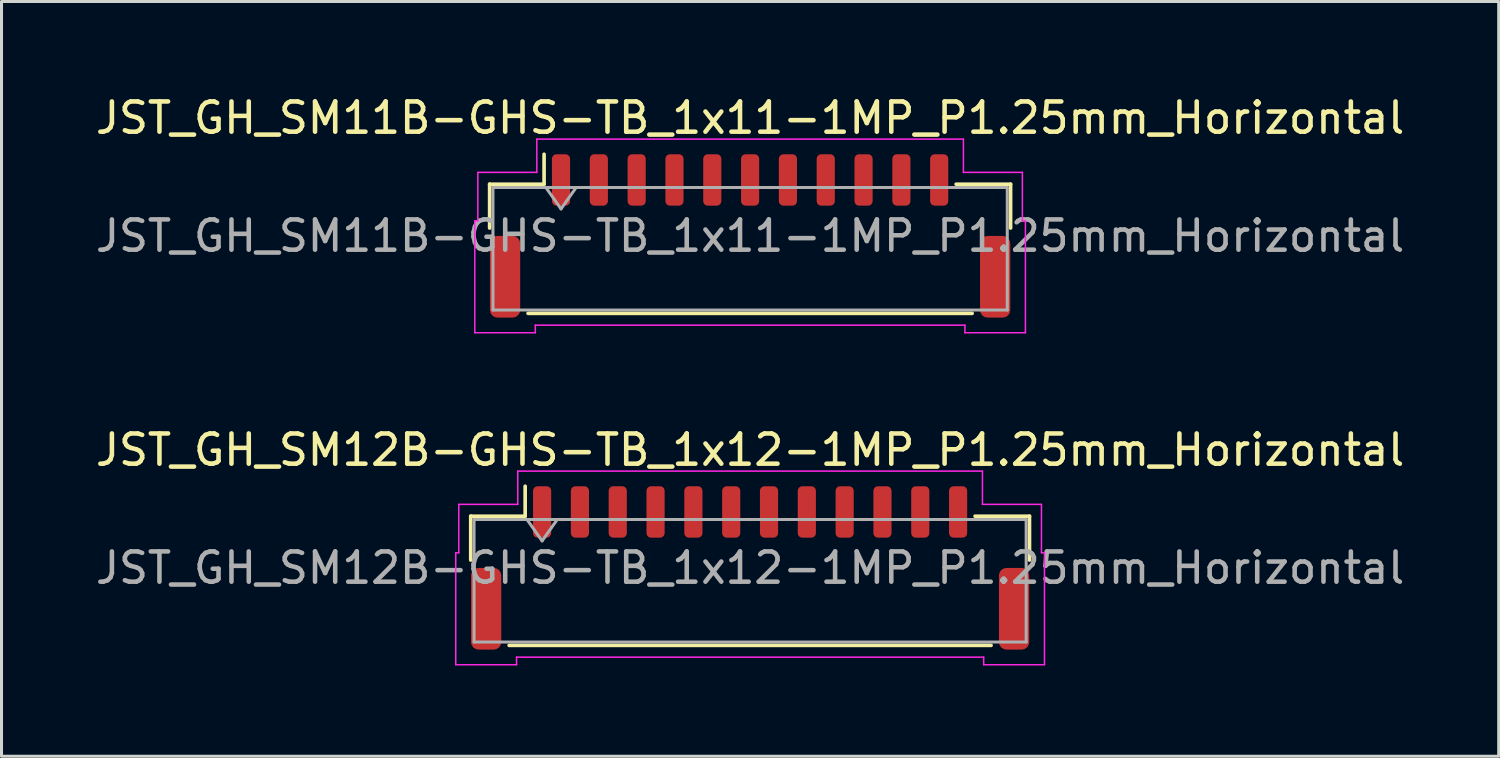
<source format=kicad_pcb>
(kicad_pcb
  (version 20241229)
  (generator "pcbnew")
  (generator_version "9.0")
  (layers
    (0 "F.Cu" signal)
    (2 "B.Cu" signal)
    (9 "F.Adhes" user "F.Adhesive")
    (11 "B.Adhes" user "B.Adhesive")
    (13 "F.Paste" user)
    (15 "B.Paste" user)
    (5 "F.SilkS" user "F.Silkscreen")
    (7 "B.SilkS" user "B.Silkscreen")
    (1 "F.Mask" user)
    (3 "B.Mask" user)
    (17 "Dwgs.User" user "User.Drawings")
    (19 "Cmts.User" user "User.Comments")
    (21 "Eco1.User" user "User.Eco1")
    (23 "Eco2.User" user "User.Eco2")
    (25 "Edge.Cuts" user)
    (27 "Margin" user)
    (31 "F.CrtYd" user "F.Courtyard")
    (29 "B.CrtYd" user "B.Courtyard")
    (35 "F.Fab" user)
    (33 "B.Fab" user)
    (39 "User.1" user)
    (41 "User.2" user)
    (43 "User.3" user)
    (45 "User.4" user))
  (footprint "JST_GH_SM11B-GHS-TB_1x11-1MP_P1.25mm_Horizontal"
    (layer "F.Cu")
    (at 21.744 4.748)
    (property "Reference" "JST_GH_SM11B-GHS-TB_1x11-1MP_P1.25mm_Horizontal" (at 0 -3.9 0) (layer "F.SilkS") (effects (font (size 1 1) (thickness 0.15))))
    (attr smd)
    (fp_line (start -8.61 -1.71) (end -6.81 -1.71) (stroke (width 0.12) (type solid)) (layer "F.SilkS"))
    (fp_line (start -8.61 -0.26) (end -8.61 -1.71) (stroke (width 0.12) (type solid)) (layer "F.SilkS"))
    (fp_line (start -7.34 2.56) (end 7.34 2.56) (stroke (width 0.12) (type solid)) (layer "F.SilkS"))
    (fp_line (start -6.81 -1.71) (end -6.81 -2.7) (stroke (width 0.12) (type solid)) (layer "F.SilkS"))
    (fp_line (start 8.61 -1.71) (end 6.81 -1.71) (stroke (width 0.12) (type solid)) (layer "F.SilkS"))
    (fp_line (start 8.61 -0.26) (end 8.61 -1.71) (stroke (width 0.12) (type solid)) (layer "F.SilkS"))
    (fp_line (start -9.1 -0.5) (end -9 -0.5) (stroke (width 0.05) (type solid)) (layer "F.CrtYd"))
    (fp_line (start -9.1 3.2) (end -9.1 -0.5) (stroke (width 0.05) (type solid)) (layer "F.CrtYd"))
    (fp_line (start -9 -2.1) (end -7.05 -2.1) (stroke (width 0.05) (type solid)) (layer "F.CrtYd"))
    (fp_line (start -9 -0.5) (end -9 -2.1) (stroke (width 0.05) (type solid)) (layer "F.CrtYd"))
    (fp_line (start -7.1 2.95) (end -7.1 3.2) (stroke (width 0.05) (type solid)) (layer "F.CrtYd"))
    (fp_line (start -7.1 3.2) (end -9.1 3.2) (stroke (width 0.05) (type solid)) (layer "F.CrtYd"))
    (fp_line (start -7.05 -3.2) (end 7.05 -3.2) (stroke (width 0.05) (type solid)) (layer "F.CrtYd"))
    (fp_line (start -7.05 -2.1) (end -7.05 -3.2) (stroke (width 0.05) (type solid)) (layer "F.CrtYd"))
    (fp_line (start 7.05 -3.2) (end 7.05 -2.1) (stroke (width 0.05) (type solid)) (layer "F.CrtYd"))
    (fp_line (start 7.05 -2.1) (end 9 -2.1) (stroke (width 0.05) (type solid)) (layer "F.CrtYd"))
    (fp_line (start 7.1 2.95) (end -7.1 2.95) (stroke (width 0.05) (type solid)) (layer "F.CrtYd"))
    (fp_line (start 7.1 3.2) (end 7.1 2.95) (stroke (width 0.05) (type solid)) (layer "F.CrtYd"))
    (fp_line (start 9 -2.1) (end 9 -0.5) (stroke (width 0.05) (type solid)) (layer "F.CrtYd"))
    (fp_line (start 9 -0.5) (end 9.1 -0.5) (stroke (width 0.05) (type solid)) (layer "F.CrtYd"))
    (fp_line (start 9.1 -0.5) (end 9.1 3.2) (stroke (width 0.05) (type solid)) (layer "F.CrtYd"))
    (fp_line (start 9.1 3.2) (end 7.1 3.2) (stroke (width 0.05) (type solid)) (layer "F.CrtYd"))
    (fp_line (start -8.5 -1.6) (end -8.5 2.45) (stroke (width 0.1) (type solid)) (layer "F.Fab"))
    (fp_line (start -8.5 -1.6) (end 8.5 -1.6) (stroke (width 0.1) (type solid)) (layer "F.Fab"))
    (fp_line (start -8.5 2.45) (end 8.5 2.45) (stroke (width 0.1) (type solid)) (layer "F.Fab"))
    (fp_line (start -6.75 -1.6) (end -6.25 -0.893) (stroke (width 0.1) (type solid)) (layer "F.Fab"))
    (fp_line (start -6.25 -0.893) (end -5.75 -1.6) (stroke (width 0.1) (type solid)) (layer "F.Fab"))
    (fp_line (start 8.5 -1.6) (end 8.5 2.45) (stroke (width 0.1) (type solid)) (layer "F.Fab"))
    (fp_text user "${REFERENCE}" (at 0 0 0) (layer "F.Fab") (effects (font (size 1 1) (thickness 0.15))))
    (pad "1" smd roundrect (at -6.25 -1.85) (size 0.6 1.7) (layers "F.Cu" "F.Mask" "F.Paste") (roundrect_rratio 0.25))
    (pad "2" smd roundrect (at -5 -1.85) (size 0.6 1.7) (layers "F.Cu" "F.Mask" "F.Paste") (roundrect_rratio 0.25))
    (pad "3" smd roundrect (at -3.75 -1.85) (size 0.6 1.7) (layers "F.Cu" "F.Mask" "F.Paste") (roundrect_rratio 0.25))
    (pad "4" smd roundrect (at -2.5 -1.85) (size 0.6 1.7) (layers "F.Cu" "F.Mask" "F.Paste") (roundrect_rratio 0.25))
    (pad "5" smd roundrect (at -1.25 -1.85) (size 0.6 1.7) (layers "F.Cu" "F.Mask" "F.Paste") (roundrect_rratio 0.25))
    (pad "6" smd roundrect (at 0 -1.85) (size 0.6 1.7) (layers "F.Cu" "F.Mask" "F.Paste") (roundrect_rratio 0.25))
    (pad "7" smd roundrect (at 1.25 -1.85) (size 0.6 1.7) (layers "F.Cu" "F.Mask" "F.Paste") (roundrect_rratio 0.25))
    (pad "8" smd roundrect (at 2.5 -1.85) (size 0.6 1.7) (layers "F.Cu" "F.Mask" "F.Paste") (roundrect_rratio 0.25))
    (pad "9" smd roundrect (at 3.75 -1.85) (size 0.6 1.7) (layers "F.Cu" "F.Mask" "F.Paste") (roundrect_rratio 0.25))
    (pad "10" smd roundrect (at 5 -1.85) (size 0.6 1.7) (layers "F.Cu" "F.Mask" "F.Paste") (roundrect_rratio 0.25))
    (pad "11" smd roundrect (at 6.25 -1.85) (size 0.6 1.7) (layers "F.Cu" "F.Mask" "F.Paste") (roundrect_rratio 0.25))
    (pad "MP" smd roundrect (at -8.1 1.35) (size 1 2.7) (layers "F.Cu" "F.Mask" "F.Paste") (roundrect_rratio 0.25))
    (pad "MP" smd roundrect (at 8.1 1.35) (size 1 2.7) (layers "F.Cu" "F.Mask" "F.Paste") (roundrect_rratio 0.25)))
  (footprint "JST_GH_SM12B-GHS-TB_1x12-1MP_P1.25mm_Horizontal"
    (layer "F.Cu")
    (at 21.744 15.722)
    (property "Reference" "JST_GH_SM12B-GHS-TB_1x12-1MP_P1.25mm_Horizontal" (at 0 -3.9 0) (layer "F.SilkS") (effects (font (size 1 1) (thickness 0.15))))
    (attr smd)
    (fp_line (start -9.235 -1.71) (end -7.435 -1.71) (stroke (width 0.12) (type solid)) (layer "F.SilkS"))
    (fp_line (start -9.235 -0.26) (end -9.235 -1.71) (stroke (width 0.12) (type solid)) (layer "F.SilkS"))
    (fp_line (start -7.965 2.56) (end 7.965 2.56) (stroke (width 0.12) (type solid)) (layer "F.SilkS"))
    (fp_line (start -7.435 -1.71) (end -7.435 -2.7) (stroke (width 0.12) (type solid)) (layer "F.SilkS"))
    (fp_line (start 9.235 -1.71) (end 7.435 -1.71) (stroke (width 0.12) (type solid)) (layer "F.SilkS"))
    (fp_line (start 9.235 -0.26) (end 9.235 -1.71) (stroke (width 0.12) (type solid)) (layer "F.SilkS"))
    (fp_line (start -9.73 -0.5) (end -9.63 -0.5) (stroke (width 0.05) (type solid)) (layer "F.CrtYd"))
    (fp_line (start -9.73 3.2) (end -9.73 -0.5) (stroke (width 0.05) (type solid)) (layer "F.CrtYd"))
    (fp_line (start -9.63 -2.1) (end -7.68 -2.1) (stroke (width 0.05) (type solid)) (layer "F.CrtYd"))
    (fp_line (start -9.63 -0.5) (end -9.63 -2.1) (stroke (width 0.05) (type solid)) (layer "F.CrtYd"))
    (fp_line (start -7.72 2.95) (end -7.72 3.2) (stroke (width 0.05) (type solid)) (layer "F.CrtYd"))
    (fp_line (start -7.72 3.2) (end -9.73 3.2) (stroke (width 0.05) (type solid)) (layer "F.CrtYd"))
    (fp_line (start -7.68 -3.2) (end 7.68 -3.2) (stroke (width 0.05) (type solid)) (layer "F.CrtYd"))
    (fp_line (start -7.68 -2.1) (end -7.68 -3.2) (stroke (width 0.05) (type solid)) (layer "F.CrtYd"))
    (fp_line (start 7.68 -3.2) (end 7.68 -2.1) (stroke (width 0.05) (type solid)) (layer "F.CrtYd"))
    (fp_line (start 7.68 -2.1) (end 9.63 -2.1) (stroke (width 0.05) (type solid)) (layer "F.CrtYd"))
    (fp_line (start 7.72 2.95) (end -7.72 2.95) (stroke (width 0.05) (type solid)) (layer "F.CrtYd"))
    (fp_line (start 7.72 3.2) (end 7.72 2.95) (stroke (width 0.05) (type solid)) (layer "F.CrtYd"))
    (fp_line (start 9.63 -2.1) (end 9.63 -0.5) (stroke (width 0.05) (type solid)) (layer "F.CrtYd"))
    (fp_line (start 9.63 -0.5) (end 9.73 -0.5) (stroke (width 0.05) (type solid)) (layer "F.CrtYd"))
    (fp_line (start 9.73 -0.5) (end 9.73 3.2) (stroke (width 0.05) (type solid)) (layer "F.CrtYd"))
    (fp_line (start 9.73 3.2) (end 7.72 3.2) (stroke (width 0.05) (type solid)) (layer "F.CrtYd"))
    (fp_line (start -9.125 -1.6) (end -9.125 2.45) (stroke (width 0.1) (type solid)) (layer "F.Fab"))
    (fp_line (start -9.125 -1.6) (end 9.125 -1.6) (stroke (width 0.1) (type solid)) (layer "F.Fab"))
    (fp_line (start -9.125 2.45) (end 9.125 2.45) (stroke (width 0.1) (type solid)) (layer "F.Fab"))
    (fp_line (start -7.375 -1.6) (end -6.875 -0.893) (stroke (width 0.1) (type solid)) (layer "F.Fab"))
    (fp_line (start -6.875 -0.893) (end -6.375 -1.6) (stroke (width 0.1) (type solid)) (layer "F.Fab"))
    (fp_line (start 9.125 -1.6) (end 9.125 2.45) (stroke (width 0.1) (type solid)) (layer "F.Fab"))
    (fp_text user "${REFERENCE}" (at 0 0 0) (layer "F.Fab") (effects (font (size 1 1) (thickness 0.15))))
    (pad "1" smd roundrect (at -6.875 -1.85) (size 0.6 1.7) (layers "F.Cu" "F.Mask" "F.Paste") (roundrect_rratio 0.25))
    (pad "2" smd roundrect (at -5.625 -1.85) (size 0.6 1.7) (layers "F.Cu" "F.Mask" "F.Paste") (roundrect_rratio 0.25))
    (pad "3" smd roundrect (at -4.375 -1.85) (size 0.6 1.7) (layers "F.Cu" "F.Mask" "F.Paste") (roundrect_rratio 0.25))
    (pad "4" smd roundrect (at -3.125 -1.85) (size 0.6 1.7) (layers "F.Cu" "F.Mask" "F.Paste") (roundrect_rratio 0.25))
    (pad "5" smd roundrect (at -1.875 -1.85) (size 0.6 1.7) (layers "F.Cu" "F.Mask" "F.Paste") (roundrect_rratio 0.25))
    (pad "6" smd roundrect (at -0.625 -1.85) (size 0.6 1.7) (layers "F.Cu" "F.Mask" "F.Paste") (roundrect_rratio 0.25))
    (pad "7" smd roundrect (at 0.625 -1.85) (size 0.6 1.7) (layers "F.Cu" "F.Mask" "F.Paste") (roundrect_rratio 0.25))
    (pad "8" smd roundrect (at 1.875 -1.85) (size 0.6 1.7) (layers "F.Cu" "F.Mask" "F.Paste") (roundrect_rratio 0.25))
    (pad "9" smd roundrect (at 3.125 -1.85) (size 0.6 1.7) (layers "F.Cu" "F.Mask" "F.Paste") (roundrect_rratio 0.25))
    (pad "10" smd roundrect (at 4.375 -1.85) (size 0.6 1.7) (layers "F.Cu" "F.Mask" "F.Paste") (roundrect_rratio 0.25))
    (pad "11" smd roundrect (at 5.625 -1.85) (size 0.6 1.7) (layers "F.Cu" "F.Mask" "F.Paste") (roundrect_rratio 0.25))
    (pad "12" smd roundrect (at 6.875 -1.85) (size 0.6 1.7) (layers "F.Cu" "F.Mask" "F.Paste") (roundrect_rratio 0.25))
    (pad "MP" smd roundrect (at -8.725 1.35) (size 1 2.7) (layers "F.Cu" "F.Mask" "F.Paste") (roundrect_rratio 0.25))
    (pad "MP" smd roundrect (at 8.725 1.35) (size 1 2.7) (layers "F.Cu" "F.Mask" "F.Paste") (roundrect_rratio 0.25)))
  (gr_rect
    (start -3 -3)
    (end 46.488 21.947)
    (stroke (width 0.1) (type default))
    (fill no)
    (layer "Edge.Cuts")))
</source>
